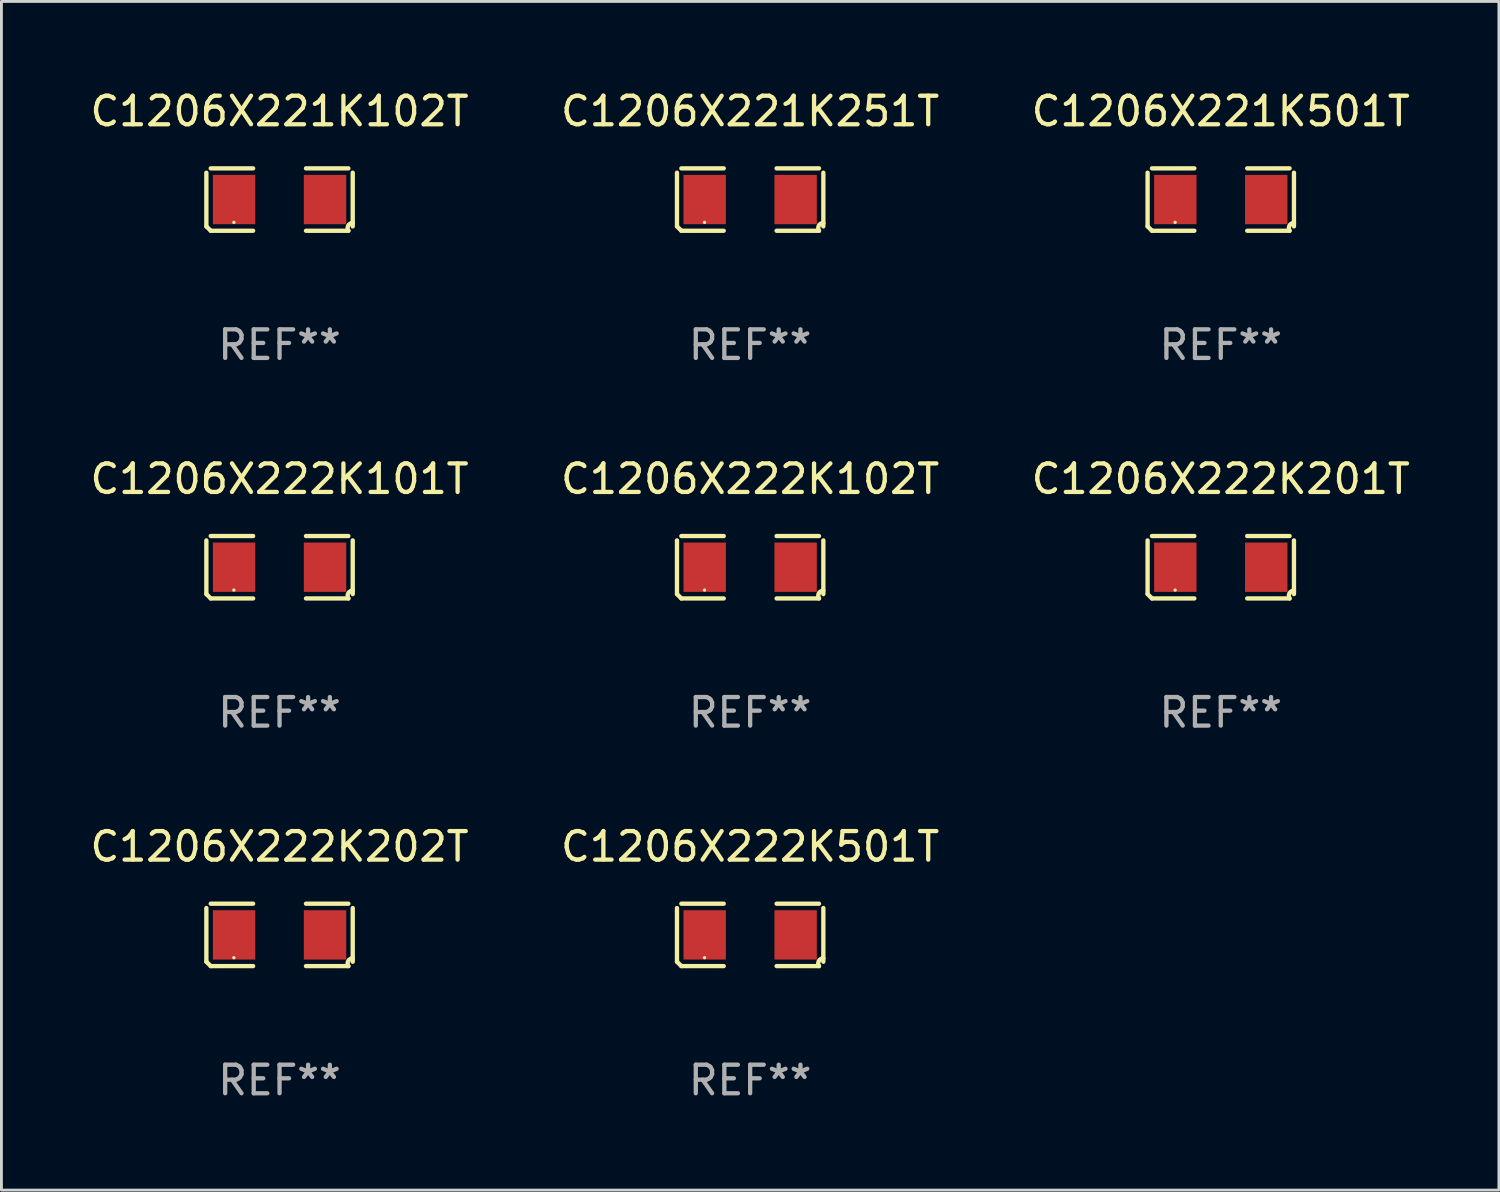
<source format=kicad_pcb>
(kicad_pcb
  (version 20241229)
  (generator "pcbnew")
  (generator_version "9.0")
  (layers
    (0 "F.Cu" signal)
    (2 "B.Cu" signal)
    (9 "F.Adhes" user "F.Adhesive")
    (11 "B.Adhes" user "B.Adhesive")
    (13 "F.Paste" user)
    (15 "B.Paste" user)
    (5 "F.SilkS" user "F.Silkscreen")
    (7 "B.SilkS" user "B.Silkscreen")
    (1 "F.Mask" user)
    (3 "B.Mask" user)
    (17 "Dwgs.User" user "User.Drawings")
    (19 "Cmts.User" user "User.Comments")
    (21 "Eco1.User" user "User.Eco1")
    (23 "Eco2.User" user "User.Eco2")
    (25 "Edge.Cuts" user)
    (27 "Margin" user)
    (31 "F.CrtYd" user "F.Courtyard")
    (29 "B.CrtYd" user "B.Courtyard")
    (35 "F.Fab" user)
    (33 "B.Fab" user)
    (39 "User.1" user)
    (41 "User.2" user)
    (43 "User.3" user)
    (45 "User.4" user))
  (footprint "C1206X221K251T"
    (layer "F.Cu")
    (at 23.232 3.941)
    (property "Reference" "C1206X221K251T" (at 0 -3.093 0) (layer "F.SilkS") (effects (font (size 1 1) (thickness 0.15))))
    (attr through_hole)
    (fp_line (start -2.564 0.94) (end -2.564 -0.94) (stroke (width 0.152) (type solid)) (layer "F.SilkS"))
    (fp_line (start -2.411 -1.093) (end -0.926 -1.093) (stroke (width 0.152) (type solid)) (layer "F.SilkS"))
    (fp_line (start -0.926 1.093) (end -2.411 1.093) (stroke (width 0.152) (type solid)) (layer "F.SilkS"))
    (fp_line (start 0.926 1.093) (end 2.411 1.093) (stroke (width 0.152) (type solid)) (layer "F.SilkS"))
    (fp_line (start 2.411 -1.093) (end 0.926 -1.093) (stroke (width 0.152) (type solid)) (layer "F.SilkS"))
    (fp_line (start 2.564 0.94) (end 2.564 -0.94) (stroke (width 0.152) (type solid)) (layer "F.SilkS"))
    (fp_arc (start -2.411201 1.092609) (mid -2.487413 1.01642) (end -2.563602 0.940208) (stroke (width 0.1524) (type solid)) (layer "F.SilkS"))
    (fp_arc (start 2.411201 1.092609) (mid 2.407159 0.911226) (end 2.563602 0.819347) (stroke (width 0.1524) (type solid)) (layer "F.SilkS"))
    (fp_circle (center -1.6 0.8) (end -1.57 0.8) (stroke (width 0.06) (type solid)) (fill no) (layer "F.SilkS"))
    (fp_text user "REF**" (at 0 5.093 0) (layer "F.Fab") (effects (font (size 1 1) (thickness 0.15))))
    (pad "1" smd rect (at -1.593 0) (size 1.485 1.728) (layers "F.Cu" "F.Mask" "F.Paste"))
    (pad "2" smd rect (at 1.593 0) (size 1.485 1.728) (layers "F.Cu" "F.Mask" "F.Paste")))
  (footprint "C1206X221K501T"
    (layer "F.Cu")
    (at 39.72 3.941)
    (property "Reference" "C1206X221K501T" (at 0 -3.093 0) (layer "F.SilkS") (effects (font (size 1 1) (thickness 0.15))))
    (attr through_hole)
    (fp_line (start -2.564 0.94) (end -2.564 -0.94) (stroke (width 0.152) (type solid)) (layer "F.SilkS"))
    (fp_line (start -2.411 -1.093) (end -0.926 -1.093) (stroke (width 0.152) (type solid)) (layer "F.SilkS"))
    (fp_line (start -0.926 1.093) (end -2.411 1.093) (stroke (width 0.152) (type solid)) (layer "F.SilkS"))
    (fp_line (start 0.926 1.093) (end 2.411 1.093) (stroke (width 0.152) (type solid)) (layer "F.SilkS"))
    (fp_line (start 2.411 -1.093) (end 0.926 -1.093) (stroke (width 0.152) (type solid)) (layer "F.SilkS"))
    (fp_line (start 2.564 0.94) (end 2.564 -0.94) (stroke (width 0.152) (type solid)) (layer "F.SilkS"))
    (fp_arc (start -2.411201 1.092609) (mid -2.487413 1.01642) (end -2.563602 0.940208) (stroke (width 0.1524) (type solid)) (layer "F.SilkS"))
    (fp_arc (start 2.411201 1.092609) (mid 2.407159 0.911226) (end 2.563602 0.819347) (stroke (width 0.1524) (type solid)) (layer "F.SilkS"))
    (fp_circle (center -1.6 0.8) (end -1.57 0.8) (stroke (width 0.06) (type solid)) (fill no) (layer "F.SilkS"))
    (fp_text user "REF**" (at 0 5.093 0) (layer "F.Fab") (effects (font (size 1 1) (thickness 0.15))))
    (pad "1" smd rect (at -1.593 0) (size 1.485 1.728) (layers "F.Cu" "F.Mask" "F.Paste"))
    (pad "2" smd rect (at 1.593 0) (size 1.485 1.728) (layers "F.Cu" "F.Mask" "F.Paste")))
  (footprint "C1206X221K102T"
    (layer "F.Cu")
    (at 6.744 3.941)
    (property "Reference" "C1206X221K102T" (at 0 -3.093 0) (layer "F.SilkS") (effects (font (size 1 1) (thickness 0.15))))
    (attr through_hole)
    (fp_line (start -2.564 0.94) (end -2.564 -0.94) (stroke (width 0.152) (type solid)) (layer "F.SilkS"))
    (fp_line (start -2.411 -1.093) (end -0.926 -1.093) (stroke (width 0.152) (type solid)) (layer "F.SilkS"))
    (fp_line (start -0.926 1.093) (end -2.411 1.093) (stroke (width 0.152) (type solid)) (layer "F.SilkS"))
    (fp_line (start 0.926 1.093) (end 2.411 1.093) (stroke (width 0.152) (type solid)) (layer "F.SilkS"))
    (fp_line (start 2.411 -1.093) (end 0.926 -1.093) (stroke (width 0.152) (type solid)) (layer "F.SilkS"))
    (fp_line (start 2.564 0.94) (end 2.564 -0.94) (stroke (width 0.152) (type solid)) (layer "F.SilkS"))
    (fp_arc (start -2.411201 1.092609) (mid -2.487413 1.01642) (end -2.563602 0.940208) (stroke (width 0.1524) (type solid)) (layer "F.SilkS"))
    (fp_arc (start 2.411201 1.092609) (mid 2.407159 0.911226) (end 2.563602 0.819347) (stroke (width 0.1524) (type solid)) (layer "F.SilkS"))
    (fp_circle (center -1.6 0.8) (end -1.57 0.8) (stroke (width 0.06) (type solid)) (fill no) (layer "F.SilkS"))
    (fp_text user "REF**" (at 0 5.093 0) (layer "F.Fab") (effects (font (size 1 1) (thickness 0.15))))
    (pad "1" smd rect (at -1.593 0) (size 1.485 1.728) (layers "F.Cu" "F.Mask" "F.Paste"))
    (pad "2" smd rect (at 1.593 0) (size 1.485 1.728) (layers "F.Cu" "F.Mask" "F.Paste")))
  (footprint "C1206X222K201T"
    (layer "F.Cu")
    (at 39.72 16.823)
    (property "Reference" "C1206X222K201T" (at 0 -3.093 0) (layer "F.SilkS") (effects (font (size 1 1) (thickness 0.15))))
    (attr through_hole)
    (fp_line (start -2.564 0.94) (end -2.564 -0.94) (stroke (width 0.152) (type solid)) (layer "F.SilkS"))
    (fp_line (start -2.411 -1.093) (end -0.926 -1.093) (stroke (width 0.152) (type solid)) (layer "F.SilkS"))
    (fp_line (start -0.926 1.093) (end -2.411 1.093) (stroke (width 0.152) (type solid)) (layer "F.SilkS"))
    (fp_line (start 0.926 1.093) (end 2.411 1.093) (stroke (width 0.152) (type solid)) (layer "F.SilkS"))
    (fp_line (start 2.411 -1.093) (end 0.926 -1.093) (stroke (width 0.152) (type solid)) (layer "F.SilkS"))
    (fp_line (start 2.564 0.94) (end 2.564 -0.94) (stroke (width 0.152) (type solid)) (layer "F.SilkS"))
    (fp_arc (start -2.411201 1.092609) (mid -2.487413 1.01642) (end -2.563602 0.940208) (stroke (width 0.1524) (type solid)) (layer "F.SilkS"))
    (fp_arc (start 2.411201 1.092609) (mid 2.407159 0.911226) (end 2.563602 0.819347) (stroke (width 0.1524) (type solid)) (layer "F.SilkS"))
    (fp_circle (center -1.6 0.8) (end -1.57 0.8) (stroke (width 0.06) (type solid)) (fill no) (layer "F.SilkS"))
    (fp_text user "REF**" (at 0 5.093 0) (layer "F.Fab") (effects (font (size 1 1) (thickness 0.15))))
    (pad "1" smd rect (at -1.593 0) (size 1.485 1.728) (layers "F.Cu" "F.Mask" "F.Paste"))
    (pad "2" smd rect (at 1.593 0) (size 1.485 1.728) (layers "F.Cu" "F.Mask" "F.Paste")))
  (footprint "C1206X222K501T"
    (layer "F.Cu")
    (at 23.232 29.704)
    (property "Reference" "C1206X222K501T" (at 0 -3.093 0) (layer "F.SilkS") (effects (font (size 1 1) (thickness 0.15))))
    (attr through_hole)
    (fp_line (start -2.564 0.94) (end -2.564 -0.94) (stroke (width 0.152) (type solid)) (layer "F.SilkS"))
    (fp_line (start -2.411 -1.093) (end -0.926 -1.093) (stroke (width 0.152) (type solid)) (layer "F.SilkS"))
    (fp_line (start -0.926 1.093) (end -2.411 1.093) (stroke (width 0.152) (type solid)) (layer "F.SilkS"))
    (fp_line (start 0.926 1.093) (end 2.411 1.093) (stroke (width 0.152) (type solid)) (layer "F.SilkS"))
    (fp_line (start 2.411 -1.093) (end 0.926 -1.093) (stroke (width 0.152) (type solid)) (layer "F.SilkS"))
    (fp_line (start 2.564 0.94) (end 2.564 -0.94) (stroke (width 0.152) (type solid)) (layer "F.SilkS"))
    (fp_arc (start -2.411201 1.092609) (mid -2.487413 1.01642) (end -2.563602 0.940208) (stroke (width 0.1524) (type solid)) (layer "F.SilkS"))
    (fp_arc (start 2.411201 1.092609) (mid 2.407159 0.911226) (end 2.563602 0.819347) (stroke (width 0.1524) (type solid)) (layer "F.SilkS"))
    (fp_circle (center -1.6 0.8) (end -1.57 0.8) (stroke (width 0.06) (type solid)) (fill no) (layer "F.SilkS"))
    (fp_text user "REF**" (at 0 5.093 0) (layer "F.Fab") (effects (font (size 1 1) (thickness 0.15))))
    (pad "1" smd rect (at -1.593 0) (size 1.485 1.728) (layers "F.Cu" "F.Mask" "F.Paste"))
    (pad "2" smd rect (at 1.593 0) (size 1.485 1.728) (layers "F.Cu" "F.Mask" "F.Paste")))
  (footprint "C1206X222K101T"
    (layer "F.Cu")
    (at 6.744 16.823)
    (property "Reference" "C1206X222K101T" (at 0 -3.093 0) (layer "F.SilkS") (effects (font (size 1 1) (thickness 0.15))))
    (attr through_hole)
    (fp_line (start -2.564 0.94) (end -2.564 -0.94) (stroke (width 0.152) (type solid)) (layer "F.SilkS"))
    (fp_line (start -2.411 -1.093) (end -0.926 -1.093) (stroke (width 0.152) (type solid)) (layer "F.SilkS"))
    (fp_line (start -0.926 1.093) (end -2.411 1.093) (stroke (width 0.152) (type solid)) (layer "F.SilkS"))
    (fp_line (start 0.926 1.093) (end 2.411 1.093) (stroke (width 0.152) (type solid)) (layer "F.SilkS"))
    (fp_line (start 2.411 -1.093) (end 0.926 -1.093) (stroke (width 0.152) (type solid)) (layer "F.SilkS"))
    (fp_line (start 2.564 0.94) (end 2.564 -0.94) (stroke (width 0.152) (type solid)) (layer "F.SilkS"))
    (fp_arc (start -2.411201 1.092609) (mid -2.487413 1.01642) (end -2.563602 0.940208) (stroke (width 0.1524) (type solid)) (layer "F.SilkS"))
    (fp_arc (start 2.411201 1.092609) (mid 2.407159 0.911226) (end 2.563602 0.819347) (stroke (width 0.1524) (type solid)) (layer "F.SilkS"))
    (fp_circle (center -1.6 0.8) (end -1.57 0.8) (stroke (width 0.06) (type solid)) (fill no) (layer "F.SilkS"))
    (fp_text user "REF**" (at 0 5.093 0) (layer "F.Fab") (effects (font (size 1 1) (thickness 0.15))))
    (pad "1" smd rect (at -1.593 0) (size 1.485 1.728) (layers "F.Cu" "F.Mask" "F.Paste"))
    (pad "2" smd rect (at 1.593 0) (size 1.485 1.728) (layers "F.Cu" "F.Mask" "F.Paste")))
  (footprint "C1206X222K202T"
    (layer "F.Cu")
    (at 6.744 29.704)
    (property "Reference" "C1206X222K202T" (at 0 -3.093 0) (layer "F.SilkS") (effects (font (size 1 1) (thickness 0.15))))
    (attr through_hole)
    (fp_line (start -2.564 0.94) (end -2.564 -0.94) (stroke (width 0.152) (type solid)) (layer "F.SilkS"))
    (fp_line (start -2.411 -1.093) (end -0.926 -1.093) (stroke (width 0.152) (type solid)) (layer "F.SilkS"))
    (fp_line (start -0.926 1.093) (end -2.411 1.093) (stroke (width 0.152) (type solid)) (layer "F.SilkS"))
    (fp_line (start 0.926 1.093) (end 2.411 1.093) (stroke (width 0.152) (type solid)) (layer "F.SilkS"))
    (fp_line (start 2.411 -1.093) (end 0.926 -1.093) (stroke (width 0.152) (type solid)) (layer "F.SilkS"))
    (fp_line (start 2.564 0.94) (end 2.564 -0.94) (stroke (width 0.152) (type solid)) (layer "F.SilkS"))
    (fp_arc (start -2.411201 1.092609) (mid -2.487413 1.01642) (end -2.563602 0.940208) (stroke (width 0.1524) (type solid)) (layer "F.SilkS"))
    (fp_arc (start 2.411201 1.092609) (mid 2.407159 0.911226) (end 2.563602 0.819347) (stroke (width 0.1524) (type solid)) (layer "F.SilkS"))
    (fp_circle (center -1.6 0.8) (end -1.57 0.8) (stroke (width 0.06) (type solid)) (fill no) (layer "F.SilkS"))
    (fp_text user "REF**" (at 0 5.093 0) (layer "F.Fab") (effects (font (size 1 1) (thickness 0.15))))
    (pad "1" smd rect (at -1.593 0) (size 1.485 1.728) (layers "F.Cu" "F.Mask" "F.Paste"))
    (pad "2" smd rect (at 1.593 0) (size 1.485 1.728) (layers "F.Cu" "F.Mask" "F.Paste")))
  (footprint "C1206X222K102T"
    (layer "F.Cu")
    (at 23.232 16.823)
    (property "Reference" "C1206X222K102T" (at 0 -3.093 0) (layer "F.SilkS") (effects (font (size 1 1) (thickness 0.15))))
    (attr through_hole)
    (fp_line (start -2.564 0.94) (end -2.564 -0.94) (stroke (width 0.152) (type solid)) (layer "F.SilkS"))
    (fp_line (start -2.411 -1.093) (end -0.926 -1.093) (stroke (width 0.152) (type solid)) (layer "F.SilkS"))
    (fp_line (start -0.926 1.093) (end -2.411 1.093) (stroke (width 0.152) (type solid)) (layer "F.SilkS"))
    (fp_line (start 0.926 1.093) (end 2.411 1.093) (stroke (width 0.152) (type solid)) (layer "F.SilkS"))
    (fp_line (start 2.411 -1.093) (end 0.926 -1.093) (stroke (width 0.152) (type solid)) (layer "F.SilkS"))
    (fp_line (start 2.564 0.94) (end 2.564 -0.94) (stroke (width 0.152) (type solid)) (layer "F.SilkS"))
    (fp_arc (start -2.411201 1.092609) (mid -2.487413 1.01642) (end -2.563602 0.940208) (stroke (width 0.1524) (type solid)) (layer "F.SilkS"))
    (fp_arc (start 2.411201 1.092609) (mid 2.407159 0.911226) (end 2.563602 0.819347) (stroke (width 0.1524) (type solid)) (layer "F.SilkS"))
    (fp_circle (center -1.6 0.8) (end -1.57 0.8) (stroke (width 0.06) (type solid)) (fill no) (layer "F.SilkS"))
    (fp_text user "REF**" (at 0 5.093 0) (layer "F.Fab") (effects (font (size 1 1) (thickness 0.15))))
    (pad "1" smd rect (at -1.593 0) (size 1.485 1.728) (layers "F.Cu" "F.Mask" "F.Paste"))
    (pad "2" smd rect (at 1.593 0) (size 1.485 1.728) (layers "F.Cu" "F.Mask" "F.Paste")))
  (gr_rect
    (start -3 -3)
    (end 49.464 38.645)
    (stroke (width 0.1) (type default))
    (fill no)
    (layer "Edge.Cuts")))
</source>
